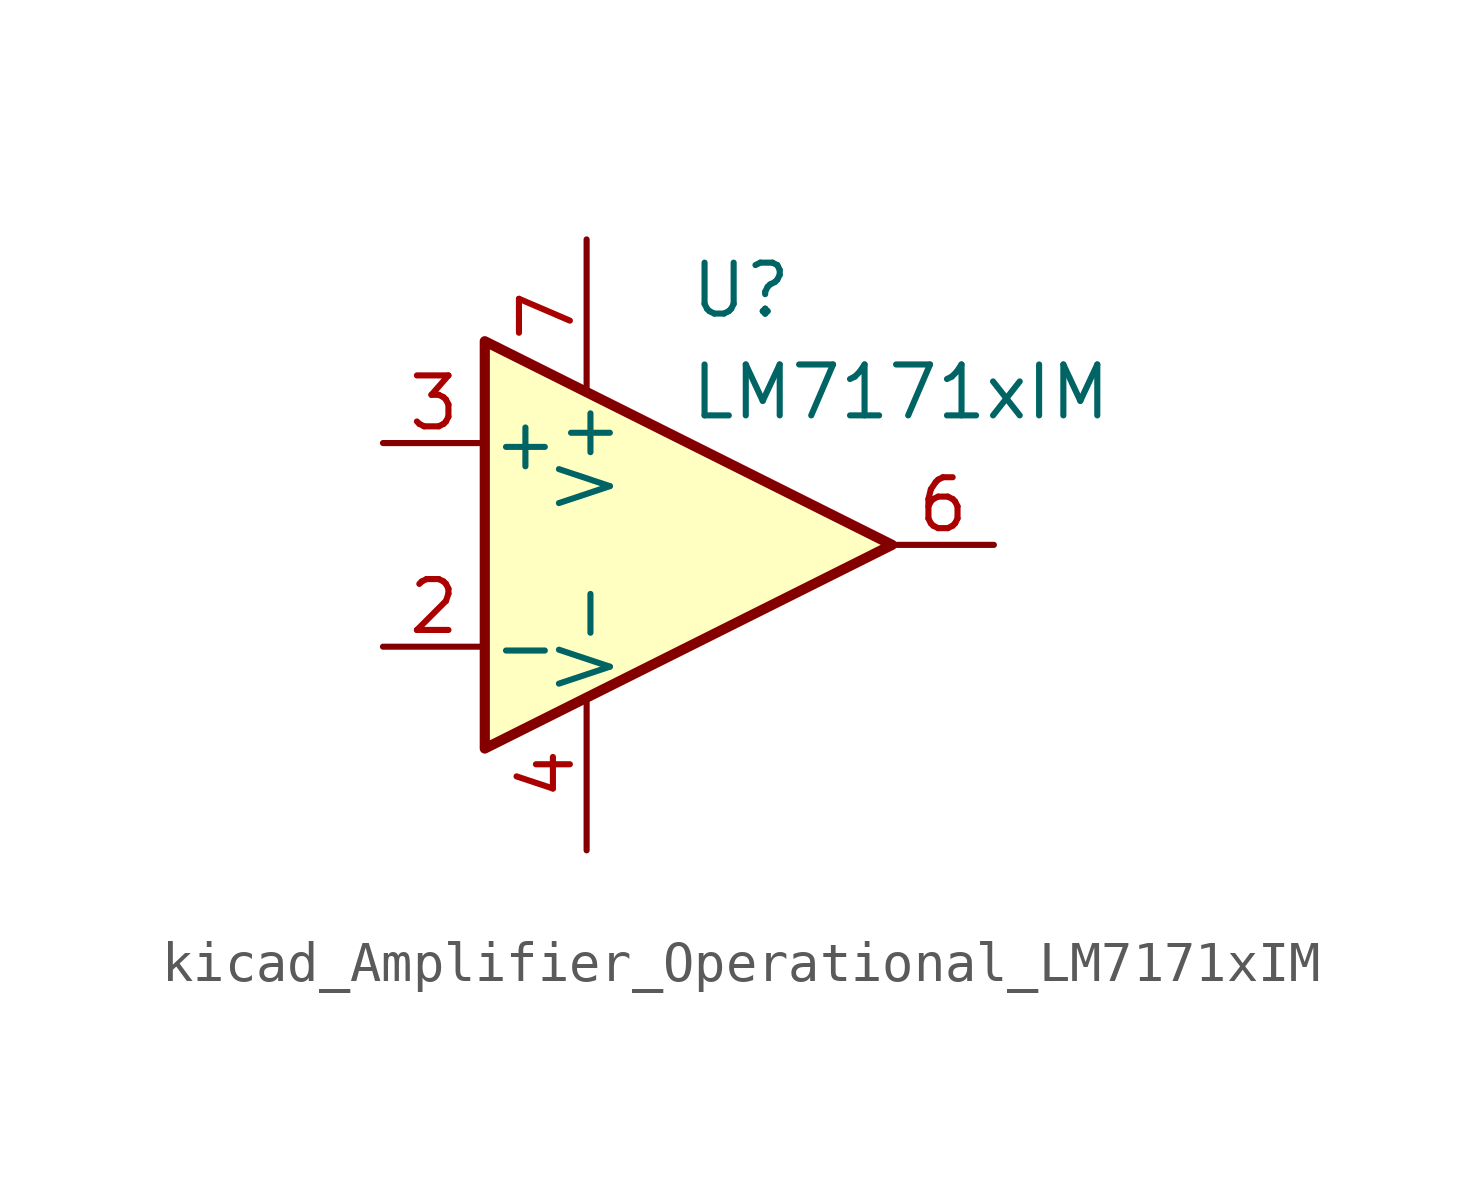
<source format=kicad_sym>
(kicad_symbol_lib
  (version 20220914)
  (generator kicad_symbol_editor)
  (symbol "kicad_Amplifier_Operational_LM7171xIM"
    (pin_names
      (offset 0.127))
    (property "Reference" "U"
      (at 0 6.35 0)
      (effects (font (size 1.27 1.27)) (justify left)))
    (property "Value" "LM7171xIM"
      (at 0 3.81 0)
      (effects (font (size 1.27 1.27)) (justify left)))
    (symbol "kicad_Amplifier_Operational_LM7171xIM_1_1"
      (polyline (pts (xy -5.08 5.08) (xy 5.08 0) (xy -5.08 -5.08) (xy -5.08 5.08)) (stroke (width 0.254) (type default)) (fill (type background)))
      (pin no_connect line (at 0 2.54 270) (length 5.08) hide (name "NC" (effects (font (size 1.27 1.27)))) (number "1" (effects (font (size 1.27 1.27)))))
      (pin input line (at -7.62 -2.54 0) (length 2.54) (name "-" (effects (font (size 1.27 1.27)))) (number "2" (effects (font (size 1.27 1.27)))))
      (pin input line (at -7.62 2.54 0) (length 2.54) (name "+" (effects (font (size 1.27 1.27)))) (number "3" (effects (font (size 1.27 1.27)))))
      (pin power_in line (at -2.54 -7.62 90) (length 3.81) (name "V-" (effects (font (size 1.27 1.27)))) (number "4" (effects (font (size 1.27 1.27)))))
      (pin no_connect line (at 0 -2.54 90) (length 5.08) hide (name "NC" (effects (font (size 1.27 1.27)))) (number "5" (effects (font (size 1.27 1.27)))))
      (pin output line (at 7.62 0 180) (length 2.54) (name "~" (effects (font (size 1.27 1.27)))) (number "6" (effects (font (size 1.27 1.27)))))
      (pin power_in line (at -2.54 7.62 270) (length 3.81) (name "V+" (effects (font (size 1.27 1.27)))) (number "7" (effects (font (size 1.27 1.27)))))
      (pin no_connect line (at 2.54 -1.27 90) (length 6.35) hide (name "NC" (effects (font (size 1.27 1.27)))) (number "8" (effects (font (size 1.27 1.27))))))))
</source>
